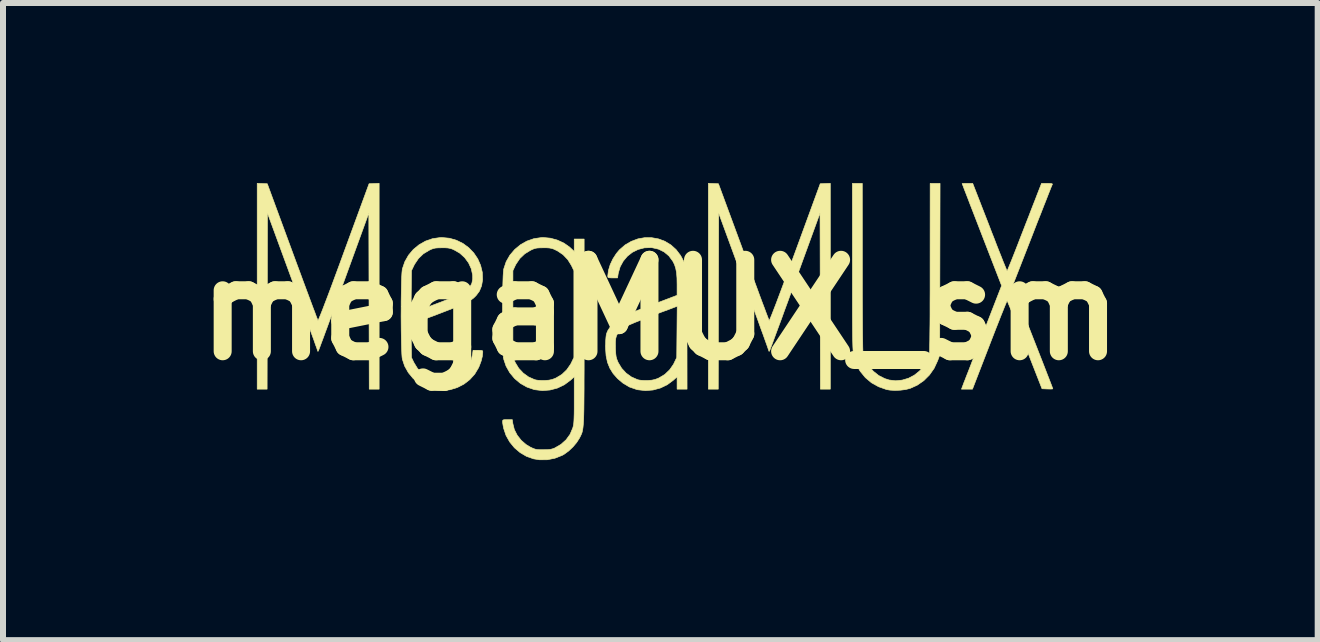
<source format=kicad_pcb>
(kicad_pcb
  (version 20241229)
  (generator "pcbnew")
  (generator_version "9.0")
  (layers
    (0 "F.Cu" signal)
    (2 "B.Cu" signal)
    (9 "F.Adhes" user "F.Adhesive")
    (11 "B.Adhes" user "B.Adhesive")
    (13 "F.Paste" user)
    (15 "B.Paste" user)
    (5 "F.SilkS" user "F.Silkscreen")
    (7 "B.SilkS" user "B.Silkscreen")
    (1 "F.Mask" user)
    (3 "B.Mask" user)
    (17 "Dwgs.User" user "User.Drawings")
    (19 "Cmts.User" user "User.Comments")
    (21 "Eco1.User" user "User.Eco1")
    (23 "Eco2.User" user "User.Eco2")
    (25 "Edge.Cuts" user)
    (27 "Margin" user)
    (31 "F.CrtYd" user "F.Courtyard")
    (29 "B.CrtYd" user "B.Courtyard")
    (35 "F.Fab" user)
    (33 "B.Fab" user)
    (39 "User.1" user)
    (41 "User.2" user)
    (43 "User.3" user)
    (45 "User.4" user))
  (footprint "megaMUX_sm"
    (layer "F.Cu")
    (at 7.954 2.114)
    (property "Reference" "megaMUX_sm" (at 0 0 0) (layer "F.SilkS") (effects (font (size 1.524 1.524) (thickness 0.3))))
    (attr through_hole)
    (fp_poly (pts (xy -4.686 1.321) (xy -4.851 1.321) (xy -4.858 -1.614) (xy -5.275 -0.467) (xy -5.335 -0.304) (xy -5.392 -0.147) (xy -5.446 0.001) (xy -5.497 0.14) (xy -5.543 0.266) (xy -5.585 0.379) (xy -5.621 0.477) (xy -5.652 0.559) (xy -5.675 0.622) (xy -5.692 0.666) (xy -5.701 0.687) (xy -5.702 0.689) (xy -5.71 0.689) (xy -5.711 0.683) (xy -5.715 0.669) (xy -5.727 0.633) (xy -5.748 0.576) (xy -5.774 0.501) (xy -5.808 0.408) (xy -5.847 0.3) (xy -5.891 0.177) (xy -5.94 0.043) (xy -5.993 -0.102) (xy -6.049 -0.256) (xy -6.108 -0.416) (xy -6.129 -0.474) (xy -6.547 -1.614) (xy -6.55 -0.147) (xy -6.553 1.321) (xy -6.718 1.321) (xy -6.718 -2.109) (xy -6.634 -2.106) (xy -6.55 -2.102) (xy -6.134 -0.972) (xy -6.074 -0.809) (xy -6.016 -0.653) (xy -5.962 -0.506) (xy -5.911 -0.369) (xy -5.864 -0.243) (xy -5.822 -0.13) (xy -5.786 -0.033) (xy -5.755 0.048) (xy -5.732 0.111) (xy -5.715 0.153) (xy -5.707 0.174) (xy -5.706 0.176) (xy -5.7 0.168) (xy -5.685 0.135) (xy -5.662 0.079) (xy -5.63 -0.001) (xy -5.59 -0.106) (xy -5.541 -0.234) (xy -5.484 -0.386) (xy -5.419 -0.562) (xy -5.345 -0.762) (xy -5.275 -0.954) (xy -4.854 -2.102) (xy -4.77 -2.106) (xy -4.686 -2.109) (xy -4.686 1.321)) (stroke (width 0.01) (type solid)) (fill yes) (layer "F.SilkS"))
    (fp_poly (pts (xy 2.832 1.321) (xy 2.667 1.321) (xy 2.661 -1.614) (xy 2.243 -0.467) (xy 2.184 -0.304) (xy 2.127 -0.147) (xy 2.072 0.001) (xy 2.022 0.14) (xy 1.975 0.266) (xy 1.933 0.379) (xy 1.897 0.477) (xy 1.867 0.559) (xy 1.843 0.622) (xy 1.827 0.666) (xy 1.818 0.687) (xy 1.817 0.689) (xy 1.809 0.689) (xy 1.808 0.683) (xy 1.803 0.669) (xy 1.791 0.633) (xy 1.771 0.576) (xy 1.744 0.501) (xy 1.711 0.408) (xy 1.671 0.3) (xy 1.627 0.177) (xy 1.578 0.043) (xy 1.526 -0.102) (xy 1.469 -0.256) (xy 1.411 -0.416) (xy 1.39 -0.474) (xy 0.972 -1.614) (xy 0.968 -0.147) (xy 0.965 1.321) (xy 0.8 1.321) (xy 0.8 -2.109) (xy 0.884 -2.106) (xy 0.968 -2.102) (xy 1.385 -0.972) (xy 1.445 -0.809) (xy 1.502 -0.653) (xy 1.557 -0.506) (xy 1.608 -0.369) (xy 1.654 -0.243) (xy 1.696 -0.13) (xy 1.733 -0.033) (xy 1.763 0.048) (xy 1.787 0.111) (xy 1.803 0.153) (xy 1.811 0.174) (xy 1.812 0.176) (xy 1.819 0.168) (xy 1.834 0.135) (xy 1.857 0.079) (xy 1.888 -0.001) (xy 1.929 -0.106) (xy 1.977 -0.234) (xy 2.034 -0.386) (xy 2.099 -0.562) (xy 2.173 -0.762) (xy 2.244 -0.954) (xy 2.664 -2.102) (xy 2.748 -2.106) (xy 2.832 -2.109) (xy 2.832 1.321)) (stroke (width 0.01) (type solid)) (fill yes) (layer "F.SilkS"))
    (fp_poly (pts (xy 4.658 -0.676) (xy 4.655 0.756) (xy 4.62 0.849) (xy 4.562 0.974) (xy 4.484 1.085) (xy 4.39 1.179) (xy 4.28 1.255) (xy 4.162 1.308) (xy 4.088 1.327) (xy 4.001 1.338) (xy 3.911 1.342) (xy 3.827 1.337) (xy 3.771 1.328) (xy 3.638 1.281) (xy 3.519 1.215) (xy 3.416 1.128) (xy 3.33 1.023) (xy 3.277 0.932) (xy 3.265 0.909) (xy 3.255 0.888) (xy 3.246 0.867) (xy 3.238 0.845) (xy 3.231 0.821) (xy 3.225 0.793) (xy 3.22 0.759) (xy 3.215 0.718) (xy 3.211 0.668) (xy 3.208 0.609) (xy 3.206 0.538) (xy 3.204 0.454) (xy 3.203 0.356) (xy 3.202 0.241) (xy 3.201 0.11) (xy 3.201 -0.041) (xy 3.201 -0.212) (xy 3.201 -0.405) (xy 3.201 -0.621) (xy 3.201 -0.708) (xy 3.2 -2.108) (xy 3.365 -2.108) (xy 3.366 -0.714) (xy 3.366 -0.474) (xy 3.366 -0.254) (xy 3.367 -0.054) (xy 3.368 0.125) (xy 3.369 0.282) (xy 3.37 0.416) (xy 3.372 0.528) (xy 3.373 0.617) (xy 3.375 0.682) (xy 3.377 0.722) (xy 3.379 0.735) (xy 3.416 0.84) (xy 3.474 0.937) (xy 3.55 1.023) (xy 3.639 1.094) (xy 3.74 1.145) (xy 3.811 1.168) (xy 3.921 1.181) (xy 4.03 1.17) (xy 4.135 1.139) (xy 4.232 1.088) (xy 4.318 1.019) (xy 4.391 0.936) (xy 4.447 0.839) (xy 4.482 0.735) (xy 4.485 0.713) (xy 4.487 0.665) (xy 4.488 0.593) (xy 4.49 0.498) (xy 4.491 0.379) (xy 4.493 0.238) (xy 4.494 0.074) (xy 4.494 -0.11) (xy 4.495 -0.316) (xy 4.495 -0.543) (xy 4.495 -0.714) (xy 4.496 -2.108) (xy 4.579 -2.108) (xy 4.661 -2.108) (xy 4.658 -0.676)) (stroke (width 0.01) (type solid)) (fill yes) (layer "F.SilkS"))
    (fp_poly (pts (xy 6.498 -2.107) (xy 6.526 -2.103) (xy 6.534 -2.096) (xy 6.533 -2.093) (xy 6.527 -2.079) (xy 6.512 -2.044) (xy 6.49 -1.988) (xy 6.461 -1.915) (xy 6.426 -1.825) (xy 6.385 -1.722) (xy 6.34 -1.606) (xy 6.29 -1.481) (xy 6.238 -1.347) (xy 6.197 -1.241) (xy 5.87 -0.404) (xy 6.205 0.452) (xy 6.26 0.592) (xy 6.312 0.725) (xy 6.361 0.85) (xy 6.405 0.963) (xy 6.444 1.064) (xy 6.478 1.151) (xy 6.505 1.221) (xy 6.525 1.273) (xy 6.537 1.305) (xy 6.54 1.315) (xy 6.529 1.318) (xy 6.498 1.319) (xy 6.455 1.318) (xy 6.45 1.318) (xy 6.36 1.314) (xy 6.073 0.581) (xy 6.022 0.452) (xy 5.974 0.33) (xy 5.929 0.217) (xy 5.889 0.115) (xy 5.854 0.027) (xy 5.824 -0.046) (xy 5.801 -0.101) (xy 5.786 -0.137) (xy 5.779 -0.152) (xy 5.778 -0.152) (xy 5.773 -0.141) (xy 5.759 -0.108) (xy 5.737 -0.055) (xy 5.709 0.016) (xy 5.674 0.102) (xy 5.635 0.202) (xy 5.591 0.313) (xy 5.544 0.434) (xy 5.494 0.563) (xy 5.486 0.584) (xy 5.201 1.321) (xy 5.109 1.321) (xy 5.018 1.321) (xy 5.048 1.241) (xy 5.057 1.216) (xy 5.076 1.169) (xy 5.101 1.103) (xy 5.134 1.02) (xy 5.172 0.922) (xy 5.214 0.811) (xy 5.261 0.69) (xy 5.312 0.561) (xy 5.364 0.426) (xy 5.383 0.379) (xy 5.687 -0.404) (xy 5.358 -1.252) (xy 5.304 -1.392) (xy 5.253 -1.524) (xy 5.205 -1.648) (xy 5.161 -1.761) (xy 5.123 -1.861) (xy 5.09 -1.946) (xy 5.063 -2.015) (xy 5.044 -2.066) (xy 5.032 -2.096) (xy 5.029 -2.105) (xy 5.041 -2.106) (xy 5.071 -2.108) (xy 5.114 -2.108) (xy 5.117 -2.108) (xy 5.205 -2.108) (xy 5.273 -1.934) (xy 5.292 -1.885) (xy 5.319 -1.816) (xy 5.352 -1.73) (xy 5.391 -1.63) (xy 5.434 -1.52) (xy 5.479 -1.404) (xy 5.525 -1.284) (xy 5.557 -1.204) (xy 5.6 -1.091) (xy 5.641 -0.987) (xy 5.679 -0.892) (xy 5.711 -0.81) (xy 5.739 -0.742) (xy 5.76 -0.691) (xy 5.773 -0.659) (xy 5.779 -0.648) (xy 5.784 -0.66) (xy 5.798 -0.693) (xy 5.819 -0.745) (xy 5.847 -0.813) (xy 5.88 -0.896) (xy 5.918 -0.992) (xy 5.959 -1.097) (xy 6 -1.204) (xy 6.047 -1.324) (xy 6.093 -1.443) (xy 6.138 -1.557) (xy 6.179 -1.664) (xy 6.216 -1.759) (xy 6.248 -1.84) (xy 6.272 -1.903) (xy 6.284 -1.934) (xy 6.352 -2.108) (xy 6.447 -2.108) (xy 6.498 -2.107)) (stroke (width 0.01) (type solid)) (fill yes) (layer "F.SilkS"))
    (fp_poly (pts (xy -0.143 -1.203) (xy -0.031 -1.183) (xy 0.076 -1.143) (xy 0.175 -1.083) (xy 0.262 -1.005) (xy 0.336 -0.908) (xy 0.359 -0.867) (xy 0.374 -0.838) (xy 0.388 -0.811) (xy 0.399 -0.785) (xy 0.409 -0.757) (xy 0.417 -0.726) (xy 0.424 -0.69) (xy 0.429 -0.647) (xy 0.434 -0.594) (xy 0.437 -0.531) (xy 0.44 -0.456) (xy 0.442 -0.366) (xy 0.443 -0.26) (xy 0.444 -0.136) (xy 0.444 0.008) (xy 0.444 0.174) (xy 0.444 0.359) (xy 0.445 1.321) (xy 0.279 1.321) (xy 0.279 1.115) (xy 0.217 1.171) (xy 0.115 1.247) (xy 0.000172 1.302) (xy -0.122 1.335) (xy -0.249 1.345) (xy -0.375 1.331) (xy -0.396 1.326) (xy -0.515 1.285) (xy -0.625 1.219) (xy -0.713 1.144) (xy -0.787 1.06) (xy -0.842 0.971) (xy -0.881 0.874) (xy -0.904 0.765) (xy -0.913 0.64) (xy -0.913 0.601) (xy -0.749 0.601) (xy -0.747 0.666) (xy -0.743 0.731) (xy -0.737 0.779) (xy -0.726 0.82) (xy -0.71 0.861) (xy -0.701 0.88) (xy -0.645 0.973) (xy -0.571 1.053) (xy -0.483 1.117) (xy -0.386 1.16) (xy -0.359 1.168) (xy -0.323 1.173) (xy -0.272 1.176) (xy -0.216 1.176) (xy -0.207 1.176) (xy -0.142 1.171) (xy -0.09 1.16) (xy -0.039 1.141) (xy -0.02 1.132) (xy 0.075 1.075) (xy 0.156 0.997) (xy 0.22 0.905) (xy 0.232 0.879) (xy 0.273 0.794) (xy 0.277 0.367) (xy 0.281 -0.061) (xy 0.163 -0.016) (xy 0.022 0.036) (xy -0.11 0.086) (xy -0.229 0.132) (xy -0.334 0.174) (xy -0.423 0.209) (xy -0.493 0.239) (xy -0.543 0.261) (xy -0.562 0.27) (xy -0.611 0.301) (xy -0.659 0.338) (xy -0.685 0.362) (xy -0.712 0.396) (xy -0.731 0.432) (xy -0.743 0.475) (xy -0.748 0.529) (xy -0.749 0.601) (xy -0.913 0.601) (xy -0.912 0.572) (xy -0.91 0.503) (xy -0.906 0.453) (xy -0.901 0.415) (xy -0.892 0.384) (xy -0.878 0.352) (xy -0.873 0.341) (xy -0.818 0.258) (xy -0.741 0.184) (xy -0.644 0.121) (xy -0.606 0.102) (xy -0.564 0.083) (xy -0.503 0.058) (xy -0.428 0.027) (xy -0.344 -0.006) (xy -0.255 -0.04) (xy -0.21 -0.057) (xy -0.122 -0.09) (xy -0.036 -0.123) (xy 0.043 -0.153) (xy 0.111 -0.179) (xy 0.162 -0.198) (xy 0.181 -0.206) (xy 0.279 -0.243) (xy 0.279 -0.424) (xy 0.277 -0.532) (xy 0.27 -0.62) (xy 0.256 -0.693) (xy 0.236 -0.755) (xy 0.208 -0.811) (xy 0.143 -0.899) (xy 0.063 -0.966) (xy -0.03 -1.012) (xy -0.136 -1.036) (xy -0.156 -1.038) (xy -0.266 -1.034) (xy -0.371 -1.007) (xy -0.466 -0.96) (xy -0.549 -0.895) (xy -0.618 -0.813) (xy -0.67 -0.718) (xy -0.701 -0.612) (xy -0.704 -0.594) (xy -0.713 -0.533) (xy -0.795 -0.533) (xy -0.839 -0.534) (xy -0.863 -0.537) (xy -0.874 -0.545) (xy -0.876 -0.561) (xy -0.876 -0.568) (xy -0.865 -0.657) (xy -0.836 -0.753) (xy -0.791 -0.849) (xy -0.734 -0.938) (xy -0.683 -0.999) (xy -0.588 -1.082) (xy -0.483 -1.143) (xy -0.372 -1.184) (xy -0.258 -1.204) (xy -0.143 -1.203)) (stroke (width 0.01) (type solid)) (fill yes) (layer "F.SilkS"))
    (fp_poly (pts (xy -3.514 -1.194) (xy -3.397 -1.16) (xy -3.289 -1.107) (xy -3.193 -1.036) (xy -3.11 -0.95) (xy -3.043 -0.851) (xy -2.995 -0.742) (xy -2.967 -0.626) (xy -2.962 -0.504) (xy -2.962 -0.502) (xy -2.979 -0.401) (xy -3.015 -0.313) (xy -3.066 -0.244) (xy -3.089 -0.22) (xy -3.113 -0.197) (xy -3.141 -0.176) (xy -3.174 -0.154) (xy -3.215 -0.132) (xy -3.266 -0.107) (xy -3.328 -0.079) (xy -3.404 -0.048) (xy -3.495 -0.011) (xy -3.604 0.031) (xy -3.734 0.081) (xy -3.876 0.134) (xy -3.951 0.163) (xy -4.019 0.187) (xy -4.075 0.207) (xy -4.116 0.221) (xy -4.138 0.228) (xy -4.141 0.229) (xy -4.146 0.237) (xy -4.149 0.262) (xy -4.151 0.306) (xy -4.152 0.371) (xy -4.151 0.459) (xy -4.151 0.511) (xy -4.147 0.794) (xy -4.106 0.879) (xy -4.046 0.977) (xy -3.967 1.059) (xy -3.872 1.124) (xy -3.851 1.134) (xy -3.809 1.153) (xy -3.774 1.165) (xy -3.737 1.172) (xy -3.691 1.174) (xy -3.639 1.175) (xy -3.578 1.174) (xy -3.533 1.171) (xy -3.498 1.164) (xy -3.462 1.151) (xy -3.426 1.134) (xy -3.334 1.078) (xy -3.255 1.005) (xy -3.192 0.919) (xy -3.149 0.824) (xy -3.13 0.741) (xy -3.121 0.673) (xy -3.04 0.673) (xy -2.996 0.674) (xy -2.972 0.677) (xy -2.961 0.685) (xy -2.959 0.7) (xy -2.959 0.703) (xy -2.966 0.772) (xy -2.986 0.852) (xy -3.017 0.935) (xy -3.029 0.963) (xy -3.093 1.07) (xy -3.176 1.162) (xy -3.273 1.237) (xy -3.382 1.293) (xy -3.5 1.33) (xy -3.623 1.345) (xy -3.749 1.337) (xy -3.802 1.326) (xy -3.919 1.285) (xy -4.026 1.223) (xy -4.12 1.142) (xy -4.2 1.045) (xy -4.261 0.936) (xy -4.299 0.822) (xy -4.304 0.789) (xy -4.308 0.733) (xy -4.311 0.658) (xy -4.314 0.567) (xy -4.316 0.463) (xy -4.318 0.349) (xy -4.319 0.227) (xy -4.32 0.102) (xy -4.319 -0.024) (xy -4.319 -0.115) (xy -4.152 -0.115) (xy -4.152 -0.053) (xy -4.151 -0.009) (xy -4.15 0.02) (xy -4.147 0.038) (xy -4.142 0.046) (xy -4.137 0.048) (xy -4.132 0.047) (xy -4.114 0.041) (xy -4.076 0.027) (xy -4.021 0.006) (xy -3.951 -0.02) (xy -3.869 -0.05) (xy -3.779 -0.084) (xy -3.734 -0.101) (xy -3.639 -0.137) (xy -3.55 -0.172) (xy -3.469 -0.204) (xy -3.4 -0.232) (xy -3.347 -0.255) (xy -3.313 -0.27) (xy -3.305 -0.274) (xy -3.228 -0.327) (xy -3.174 -0.382) (xy -3.141 -0.443) (xy -3.127 -0.514) (xy -3.128 -0.58) (xy -3.151 -0.686) (xy -3.196 -0.784) (xy -3.261 -0.872) (xy -3.343 -0.946) (xy -3.426 -0.994) (xy -3.468 -1.014) (xy -3.503 -1.025) (xy -3.54 -1.032) (xy -3.586 -1.035) (xy -3.639 -1.035) (xy -3.7 -1.034) (xy -3.744 -1.031) (xy -3.779 -1.024) (xy -3.815 -1.011) (xy -3.851 -0.994) (xy -3.949 -0.935) (xy -4.031 -0.856) (xy -4.095 -0.761) (xy -4.106 -0.74) (xy -4.147 -0.654) (xy -4.151 -0.3) (xy -4.152 -0.196) (xy -4.152 -0.115) (xy -4.319 -0.115) (xy -4.319 -0.147) (xy -4.317 -0.265) (xy -4.315 -0.375) (xy -4.313 -0.473) (xy -4.31 -0.557) (xy -4.306 -0.623) (xy -4.301 -0.669) (xy -4.299 -0.683) (xy -4.258 -0.803) (xy -4.196 -0.912) (xy -4.117 -1.006) (xy -4.021 -1.085) (xy -3.914 -1.146) (xy -3.796 -1.187) (xy -3.671 -1.205) (xy -3.639 -1.206) (xy -3.514 -1.194)) (stroke (width 0.01) (type solid)) (fill yes) (layer "F.SilkS"))
    (fp_poly (pts (xy -1.832 -1.195) (xy -1.716 -1.163) (xy -1.607 -1.113) (xy -1.513 -1.047) (xy -1.497 -1.032) (xy -1.435 -0.974) (xy -1.435 -1.181) (xy -1.27 -1.181) (xy -1.27 0.359) (xy -1.27 0.595) (xy -1.27 0.807) (xy -1.27 0.996) (xy -1.271 1.165) (xy -1.271 1.313) (xy -1.272 1.444) (xy -1.273 1.557) (xy -1.274 1.654) (xy -1.276 1.738) (xy -1.278 1.809) (xy -1.281 1.868) (xy -1.285 1.918) (xy -1.289 1.959) (xy -1.294 1.993) (xy -1.3 2.022) (xy -1.306 2.046) (xy -1.314 2.067) (xy -1.323 2.087) (xy -1.332 2.106) (xy -1.343 2.127) (xy -1.348 2.137) (xy -1.394 2.209) (xy -1.456 2.283) (xy -1.528 2.351) (xy -1.602 2.405) (xy -1.635 2.424) (xy -1.757 2.472) (xy -1.884 2.497) (xy -2.013 2.498) (xy -2.113 2.482) (xy -2.23 2.441) (xy -2.337 2.378) (xy -2.432 2.297) (xy -2.511 2.2) (xy -2.572 2.091) (xy -2.61 1.978) (xy -2.62 1.93) (xy -2.627 1.887) (xy -2.629 1.864) (xy -2.628 1.845) (xy -2.62 1.834) (xy -2.601 1.83) (xy -2.564 1.829) (xy -2.548 1.829) (xy -2.467 1.829) (xy -2.458 1.895) (xy -2.433 1.995) (xy -2.385 2.089) (xy -2.318 2.174) (xy -2.236 2.245) (xy -2.166 2.287) (xy -2.123 2.307) (xy -2.088 2.32) (xy -2.054 2.327) (xy -2.011 2.33) (xy -1.951 2.33) (xy -1.95 2.33) (xy -1.884 2.329) (xy -1.836 2.325) (xy -1.799 2.316) (xy -1.763 2.303) (xy -1.761 2.302) (xy -1.656 2.241) (xy -1.57 2.164) (xy -1.504 2.073) (xy -1.46 1.969) (xy -1.453 1.945) (xy -1.447 1.918) (xy -1.443 1.888) (xy -1.44 1.849) (xy -1.438 1.8) (xy -1.436 1.736) (xy -1.435 1.655) (xy -1.435 1.554) (xy -1.435 1.503) (xy -1.435 1.115) (xy -1.497 1.171) (xy -1.601 1.248) (xy -1.716 1.303) (xy -1.838 1.335) (xy -1.965 1.345) (xy -2.092 1.33) (xy -2.105 1.327) (xy -2.224 1.286) (xy -2.333 1.224) (xy -2.429 1.143) (xy -2.509 1.047) (xy -2.571 0.937) (xy -2.61 0.822) (xy -2.615 0.789) (xy -2.619 0.733) (xy -2.622 0.657) (xy -2.625 0.566) (xy -2.627 0.462) (xy -2.629 0.347) (xy -2.63 0.226) (xy -2.631 0.1) (xy -2.63 -0.026) (xy -2.63 -0.149) (xy -2.628 -0.268) (xy -2.626 -0.377) (xy -2.623 -0.476) (xy -2.62 -0.56) (xy -2.616 -0.625) (xy -2.613 -0.654) (xy -2.457 -0.654) (xy -2.457 0.794) (xy -2.417 0.879) (xy -2.36 0.973) (xy -2.285 1.053) (xy -2.197 1.117) (xy -2.1 1.16) (xy -2.073 1.168) (xy -2.037 1.173) (xy -1.986 1.176) (xy -1.93 1.176) (xy -1.921 1.176) (xy -1.857 1.171) (xy -1.805 1.16) (xy -1.753 1.141) (xy -1.734 1.132) (xy -1.64 1.075) (xy -1.559 0.997) (xy -1.495 0.905) (xy -1.482 0.879) (xy -1.441 0.794) (xy -1.441 -0.654) (xy -1.482 -0.74) (xy -1.542 -0.837) (xy -1.621 -0.92) (xy -1.716 -0.984) (xy -1.737 -0.994) (xy -1.779 -1.014) (xy -1.814 -1.025) (xy -1.851 -1.032) (xy -1.897 -1.035) (xy -1.949 -1.035) (xy -2.01 -1.034) (xy -2.055 -1.031) (xy -2.09 -1.024) (xy -2.126 -1.011) (xy -2.162 -0.994) (xy -2.259 -0.935) (xy -2.342 -0.856) (xy -2.406 -0.761) (xy -2.417 -0.74) (xy -2.457 -0.654) (xy -2.613 -0.654) (xy -2.612 -0.671) (xy -2.609 -0.684) (xy -2.569 -0.804) (xy -2.507 -0.912) (xy -2.427 -1.006) (xy -2.332 -1.085) (xy -2.225 -1.146) (xy -2.107 -1.187) (xy -1.983 -1.205) (xy -1.949 -1.206) (xy -1.832 -1.195)) (stroke (width 0.01) (type solid)) (fill yes) (layer "F.SilkS")))
  (gr_rect
    (start -3 -3)
    (end 18.908 7.617)
    (stroke (width 0.1) (type default))
    (fill no)
    (layer "Edge.Cuts")))
</source>
